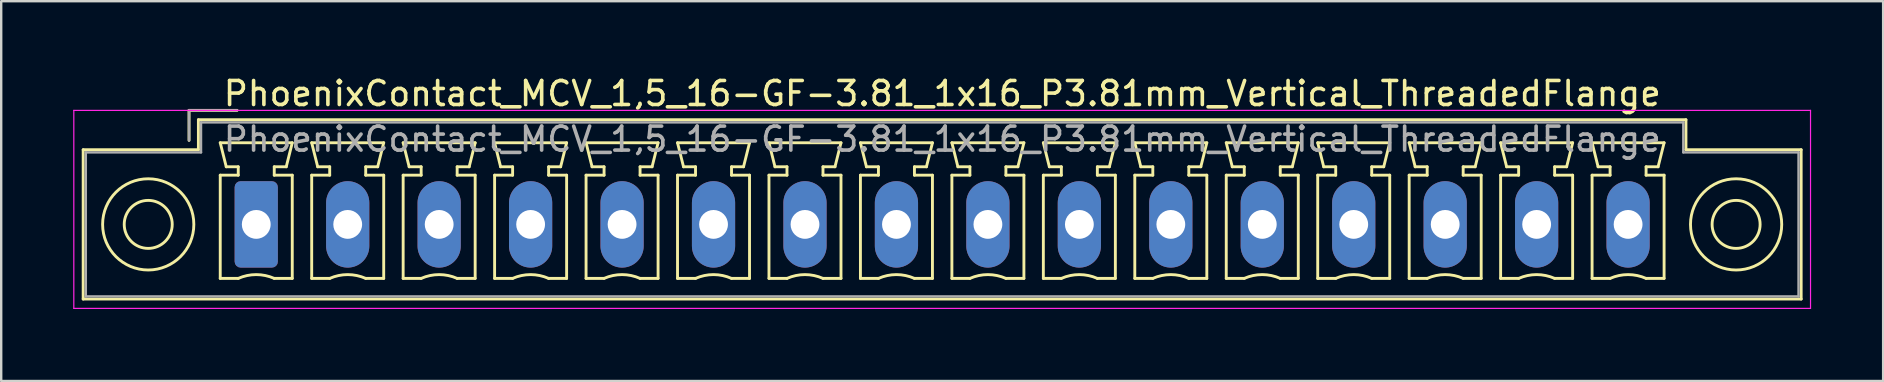
<source format=kicad_pcb>
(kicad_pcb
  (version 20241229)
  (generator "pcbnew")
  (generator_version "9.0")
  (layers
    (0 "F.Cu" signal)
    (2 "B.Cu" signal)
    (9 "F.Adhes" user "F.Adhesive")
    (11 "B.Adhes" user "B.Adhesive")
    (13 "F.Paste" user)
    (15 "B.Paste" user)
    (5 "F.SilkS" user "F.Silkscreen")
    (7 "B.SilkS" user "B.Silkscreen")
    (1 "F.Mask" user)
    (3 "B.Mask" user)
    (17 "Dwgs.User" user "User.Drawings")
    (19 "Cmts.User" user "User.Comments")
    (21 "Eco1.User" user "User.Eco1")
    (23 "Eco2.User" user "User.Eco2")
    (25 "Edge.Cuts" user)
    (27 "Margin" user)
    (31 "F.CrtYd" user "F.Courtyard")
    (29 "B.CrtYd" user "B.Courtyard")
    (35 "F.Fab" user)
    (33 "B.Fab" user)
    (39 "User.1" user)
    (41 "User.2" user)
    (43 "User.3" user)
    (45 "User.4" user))
  (footprint "PhoenixContact_MCV_1,5_16-GF-3.81_1x16_P3.81mm_Vertical_ThreadedFlange"
    (layer "F.Cu")
    (at 7.625 6.298)
    (property "Reference" "PhoenixContact_MCV_1,5_16-GF-3.81_1x16_P3.81mm_Vertical_ThreadedFlange" (at 28.58 -5.45 0) (layer "F.SilkS") (effects (font (size 1 1) (thickness 0.15))))
    (attr through_hole)
    (fp_line (start -7.21 -3.11) (end -7.21 3.11) (stroke (width 0.12) (type solid)) (layer "F.SilkS"))
    (fp_line (start -7.21 3.11) (end 64.36 3.11) (stroke (width 0.12) (type solid)) (layer "F.SilkS"))
    (fp_line (start -2.8 -4.75) (end -0.8 -4.75) (stroke (width 0.12) (type solid)) (layer "F.SilkS"))
    (fp_line (start -2.8 -3.5) (end -2.8 -4.75) (stroke (width 0.12) (type solid)) (layer "F.SilkS"))
    (fp_line (start -2.41 -4.36) (end -2.41 -3.11) (stroke (width 0.12) (type solid)) (layer "F.SilkS"))
    (fp_line (start -2.41 -3.11) (end -7.21 -3.11) (stroke (width 0.12) (type solid)) (layer "F.SilkS"))
    (fp_line (start -1.5 -3.4) (end 1.5 -3.4) (stroke (width 0.12) (type solid)) (layer "F.SilkS"))
    (fp_line (start -1.5 -2.05) (end -0.75 -2.05) (stroke (width 0.12) (type solid)) (layer "F.SilkS"))
    (fp_line (start -1.5 2.25) (end -1.5 -2.05) (stroke (width 0.12) (type solid)) (layer "F.SilkS"))
    (fp_line (start -1.25 -2.4) (end -1.5 -3.4) (stroke (width 0.12) (type solid)) (layer "F.SilkS"))
    (fp_line (start -0.75 -2.4) (end -1.25 -2.4) (stroke (width 0.12) (type solid)) (layer "F.SilkS"))
    (fp_line (start -0.75 -2.05) (end -0.75 -2.4) (stroke (width 0.12) (type solid)) (layer "F.SilkS"))
    (fp_line (start -0.75 2.25) (end -1.5 2.25) (stroke (width 0.12) (type solid)) (layer "F.SilkS"))
    (fp_line (start 0.75 -2.4) (end 0.75 -2.05) (stroke (width 0.12) (type solid)) (layer "F.SilkS"))
    (fp_line (start 0.75 -2.05) (end 1.5 -2.05) (stroke (width 0.12) (type solid)) (layer "F.SilkS"))
    (fp_line (start 1.25 -2.4) (end 0.75 -2.4) (stroke (width 0.12) (type solid)) (layer "F.SilkS"))
    (fp_line (start 1.5 -3.4) (end 1.25 -2.4) (stroke (width 0.12) (type solid)) (layer "F.SilkS"))
    (fp_line (start 1.5 -2.05) (end 1.5 2.25) (stroke (width 0.12) (type solid)) (layer "F.SilkS"))
    (fp_line (start 1.5 2.25) (end 0.75 2.25) (stroke (width 0.12) (type solid)) (layer "F.SilkS"))
    (fp_line (start 2.31 -3.4) (end 5.31 -3.4) (stroke (width 0.12) (type solid)) (layer "F.SilkS"))
    (fp_line (start 2.31 -2.05) (end 3.06 -2.05) (stroke (width 0.12) (type solid)) (layer "F.SilkS"))
    (fp_line (start 2.31 2.25) (end 2.31 -2.05) (stroke (width 0.12) (type solid)) (layer "F.SilkS"))
    (fp_line (start 2.56 -2.4) (end 2.31 -3.4) (stroke (width 0.12) (type solid)) (layer "F.SilkS"))
    (fp_line (start 3.06 -2.4) (end 2.56 -2.4) (stroke (width 0.12) (type solid)) (layer "F.SilkS"))
    (fp_line (start 3.06 -2.05) (end 3.06 -2.4) (stroke (width 0.12) (type solid)) (layer "F.SilkS"))
    (fp_line (start 3.06 2.25) (end 2.31 2.25) (stroke (width 0.12) (type solid)) (layer "F.SilkS"))
    (fp_line (start 4.56 -2.4) (end 4.56 -2.05) (stroke (width 0.12) (type solid)) (layer "F.SilkS"))
    (fp_line (start 4.56 -2.05) (end 5.31 -2.05) (stroke (width 0.12) (type solid)) (layer "F.SilkS"))
    (fp_line (start 5.06 -2.4) (end 4.56 -2.4) (stroke (width 0.12) (type solid)) (layer "F.SilkS"))
    (fp_line (start 5.31 -3.4) (end 5.06 -2.4) (stroke (width 0.12) (type solid)) (layer "F.SilkS"))
    (fp_line (start 5.31 -2.05) (end 5.31 2.25) (stroke (width 0.12) (type solid)) (layer "F.SilkS"))
    (fp_line (start 5.31 2.25) (end 4.56 2.25) (stroke (width 0.12) (type solid)) (layer "F.SilkS"))
    (fp_line (start 6.12 -3.4) (end 9.12 -3.4) (stroke (width 0.12) (type solid)) (layer "F.SilkS"))
    (fp_line (start 6.12 -2.05) (end 6.87 -2.05) (stroke (width 0.12) (type solid)) (layer "F.SilkS"))
    (fp_line (start 6.12 2.25) (end 6.12 -2.05) (stroke (width 0.12) (type solid)) (layer "F.SilkS"))
    (fp_line (start 6.37 -2.4) (end 6.12 -3.4) (stroke (width 0.12) (type solid)) (layer "F.SilkS"))
    (fp_line (start 6.87 -2.4) (end 6.37 -2.4) (stroke (width 0.12) (type solid)) (layer "F.SilkS"))
    (fp_line (start 6.87 -2.05) (end 6.87 -2.4) (stroke (width 0.12) (type solid)) (layer "F.SilkS"))
    (fp_line (start 6.87 2.25) (end 6.12 2.25) (stroke (width 0.12) (type solid)) (layer "F.SilkS"))
    (fp_line (start 8.37 -2.4) (end 8.37 -2.05) (stroke (width 0.12) (type solid)) (layer "F.SilkS"))
    (fp_line (start 8.37 -2.05) (end 9.12 -2.05) (stroke (width 0.12) (type solid)) (layer "F.SilkS"))
    (fp_line (start 8.87 -2.4) (end 8.37 -2.4) (stroke (width 0.12) (type solid)) (layer "F.SilkS"))
    (fp_line (start 9.12 -3.4) (end 8.87 -2.4) (stroke (width 0.12) (type solid)) (layer "F.SilkS"))
    (fp_line (start 9.12 -2.05) (end 9.12 2.25) (stroke (width 0.12) (type solid)) (layer "F.SilkS"))
    (fp_line (start 9.12 2.25) (end 8.37 2.25) (stroke (width 0.12) (type solid)) (layer "F.SilkS"))
    (fp_line (start 9.93 -3.4) (end 12.93 -3.4) (stroke (width 0.12) (type solid)) (layer "F.SilkS"))
    (fp_line (start 9.93 -2.05) (end 10.68 -2.05) (stroke (width 0.12) (type solid)) (layer "F.SilkS"))
    (fp_line (start 9.93 2.25) (end 9.93 -2.05) (stroke (width 0.12) (type solid)) (layer "F.SilkS"))
    (fp_line (start 10.18 -2.4) (end 9.93 -3.4) (stroke (width 0.12) (type solid)) (layer "F.SilkS"))
    (fp_line (start 10.68 -2.4) (end 10.18 -2.4) (stroke (width 0.12) (type solid)) (layer "F.SilkS"))
    (fp_line (start 10.68 -2.05) (end 10.68 -2.4) (stroke (width 0.12) (type solid)) (layer "F.SilkS"))
    (fp_line (start 10.68 2.25) (end 9.93 2.25) (stroke (width 0.12) (type solid)) (layer "F.SilkS"))
    (fp_line (start 12.18 -2.4) (end 12.18 -2.05) (stroke (width 0.12) (type solid)) (layer "F.SilkS"))
    (fp_line (start 12.18 -2.05) (end 12.93 -2.05) (stroke (width 0.12) (type solid)) (layer "F.SilkS"))
    (fp_line (start 12.68 -2.4) (end 12.18 -2.4) (stroke (width 0.12) (type solid)) (layer "F.SilkS"))
    (fp_line (start 12.93 -3.4) (end 12.68 -2.4) (stroke (width 0.12) (type solid)) (layer "F.SilkS"))
    (fp_line (start 12.93 -2.05) (end 12.93 2.25) (stroke (width 0.12) (type solid)) (layer "F.SilkS"))
    (fp_line (start 12.93 2.25) (end 12.18 2.25) (stroke (width 0.12) (type solid)) (layer "F.SilkS"))
    (fp_line (start 13.74 -3.4) (end 16.74 -3.4) (stroke (width 0.12) (type solid)) (layer "F.SilkS"))
    (fp_line (start 13.74 -2.05) (end 14.49 -2.05) (stroke (width 0.12) (type solid)) (layer "F.SilkS"))
    (fp_line (start 13.74 2.25) (end 13.74 -2.05) (stroke (width 0.12) (type solid)) (layer "F.SilkS"))
    (fp_line (start 13.99 -2.4) (end 13.74 -3.4) (stroke (width 0.12) (type solid)) (layer "F.SilkS"))
    (fp_line (start 14.49 -2.4) (end 13.99 -2.4) (stroke (width 0.12) (type solid)) (layer "F.SilkS"))
    (fp_line (start 14.49 -2.05) (end 14.49 -2.4) (stroke (width 0.12) (type solid)) (layer "F.SilkS"))
    (fp_line (start 14.49 2.25) (end 13.74 2.25) (stroke (width 0.12) (type solid)) (layer "F.SilkS"))
    (fp_line (start 15.99 -2.4) (end 15.99 -2.05) (stroke (width 0.12) (type solid)) (layer "F.SilkS"))
    (fp_line (start 15.99 -2.05) (end 16.74 -2.05) (stroke (width 0.12) (type solid)) (layer "F.SilkS"))
    (fp_line (start 16.49 -2.4) (end 15.99 -2.4) (stroke (width 0.12) (type solid)) (layer "F.SilkS"))
    (fp_line (start 16.74 -3.4) (end 16.49 -2.4) (stroke (width 0.12) (type solid)) (layer "F.SilkS"))
    (fp_line (start 16.74 -2.05) (end 16.74 2.25) (stroke (width 0.12) (type solid)) (layer "F.SilkS"))
    (fp_line (start 16.74 2.25) (end 15.99 2.25) (stroke (width 0.12) (type solid)) (layer "F.SilkS"))
    (fp_line (start 17.55 -3.4) (end 20.55 -3.4) (stroke (width 0.12) (type solid)) (layer "F.SilkS"))
    (fp_line (start 17.55 -2.05) (end 18.3 -2.05) (stroke (width 0.12) (type solid)) (layer "F.SilkS"))
    (fp_line (start 17.55 2.25) (end 17.55 -2.05) (stroke (width 0.12) (type solid)) (layer "F.SilkS"))
    (fp_line (start 17.8 -2.4) (end 17.55 -3.4) (stroke (width 0.12) (type solid)) (layer "F.SilkS"))
    (fp_line (start 18.3 -2.4) (end 17.8 -2.4) (stroke (width 0.12) (type solid)) (layer "F.SilkS"))
    (fp_line (start 18.3 -2.05) (end 18.3 -2.4) (stroke (width 0.12) (type solid)) (layer "F.SilkS"))
    (fp_line (start 18.3 2.25) (end 17.55 2.25) (stroke (width 0.12) (type solid)) (layer "F.SilkS"))
    (fp_line (start 19.8 -2.4) (end 19.8 -2.05) (stroke (width 0.12) (type solid)) (layer "F.SilkS"))
    (fp_line (start 19.8 -2.05) (end 20.55 -2.05) (stroke (width 0.12) (type solid)) (layer "F.SilkS"))
    (fp_line (start 20.3 -2.4) (end 19.8 -2.4) (stroke (width 0.12) (type solid)) (layer "F.SilkS"))
    (fp_line (start 20.55 -3.4) (end 20.3 -2.4) (stroke (width 0.12) (type solid)) (layer "F.SilkS"))
    (fp_line (start 20.55 -2.05) (end 20.55 2.25) (stroke (width 0.12) (type solid)) (layer "F.SilkS"))
    (fp_line (start 20.55 2.25) (end 19.8 2.25) (stroke (width 0.12) (type solid)) (layer "F.SilkS"))
    (fp_line (start 21.36 -3.4) (end 24.36 -3.4) (stroke (width 0.12) (type solid)) (layer "F.SilkS"))
    (fp_line (start 21.36 -2.05) (end 22.11 -2.05) (stroke (width 0.12) (type solid)) (layer "F.SilkS"))
    (fp_line (start 21.36 2.25) (end 21.36 -2.05) (stroke (width 0.12) (type solid)) (layer "F.SilkS"))
    (fp_line (start 21.61 -2.4) (end 21.36 -3.4) (stroke (width 0.12) (type solid)) (layer "F.SilkS"))
    (fp_line (start 22.11 -2.4) (end 21.61 -2.4) (stroke (width 0.12) (type solid)) (layer "F.SilkS"))
    (fp_line (start 22.11 -2.05) (end 22.11 -2.4) (stroke (width 0.12) (type solid)) (layer "F.SilkS"))
    (fp_line (start 22.11 2.25) (end 21.36 2.25) (stroke (width 0.12) (type solid)) (layer "F.SilkS"))
    (fp_line (start 23.61 -2.4) (end 23.61 -2.05) (stroke (width 0.12) (type solid)) (layer "F.SilkS"))
    (fp_line (start 23.61 -2.05) (end 24.36 -2.05) (stroke (width 0.12) (type solid)) (layer "F.SilkS"))
    (fp_line (start 24.11 -2.4) (end 23.61 -2.4) (stroke (width 0.12) (type solid)) (layer "F.SilkS"))
    (fp_line (start 24.36 -3.4) (end 24.11 -2.4) (stroke (width 0.12) (type solid)) (layer "F.SilkS"))
    (fp_line (start 24.36 -2.05) (end 24.36 2.25) (stroke (width 0.12) (type solid)) (layer "F.SilkS"))
    (fp_line (start 24.36 2.25) (end 23.61 2.25) (stroke (width 0.12) (type solid)) (layer "F.SilkS"))
    (fp_line (start 25.17 -3.4) (end 28.17 -3.4) (stroke (width 0.12) (type solid)) (layer "F.SilkS"))
    (fp_line (start 25.17 -2.05) (end 25.92 -2.05) (stroke (width 0.12) (type solid)) (layer "F.SilkS"))
    (fp_line (start 25.17 2.25) (end 25.17 -2.05) (stroke (width 0.12) (type solid)) (layer "F.SilkS"))
    (fp_line (start 25.42 -2.4) (end 25.17 -3.4) (stroke (width 0.12) (type solid)) (layer "F.SilkS"))
    (fp_line (start 25.92 -2.4) (end 25.42 -2.4) (stroke (width 0.12) (type solid)) (layer "F.SilkS"))
    (fp_line (start 25.92 -2.05) (end 25.92 -2.4) (stroke (width 0.12) (type solid)) (layer "F.SilkS"))
    (fp_line (start 25.92 2.25) (end 25.17 2.25) (stroke (width 0.12) (type solid)) (layer "F.SilkS"))
    (fp_line (start 27.42 -2.4) (end 27.42 -2.05) (stroke (width 0.12) (type solid)) (layer "F.SilkS"))
    (fp_line (start 27.42 -2.05) (end 28.17 -2.05) (stroke (width 0.12) (type solid)) (layer "F.SilkS"))
    (fp_line (start 27.92 -2.4) (end 27.42 -2.4) (stroke (width 0.12) (type solid)) (layer "F.SilkS"))
    (fp_line (start 28.17 -3.4) (end 27.92 -2.4) (stroke (width 0.12) (type solid)) (layer "F.SilkS"))
    (fp_line (start 28.17 -2.05) (end 28.17 2.25) (stroke (width 0.12) (type solid)) (layer "F.SilkS"))
    (fp_line (start 28.17 2.25) (end 27.42 2.25) (stroke (width 0.12) (type solid)) (layer "F.SilkS"))
    (fp_line (start 28.98 -3.4) (end 31.98 -3.4) (stroke (width 0.12) (type solid)) (layer "F.SilkS"))
    (fp_line (start 28.98 -2.05) (end 29.73 -2.05) (stroke (width 0.12) (type solid)) (layer "F.SilkS"))
    (fp_line (start 28.98 2.25) (end 28.98 -2.05) (stroke (width 0.12) (type solid)) (layer "F.SilkS"))
    (fp_line (start 29.23 -2.4) (end 28.98 -3.4) (stroke (width 0.12) (type solid)) (layer "F.SilkS"))
    (fp_line (start 29.73 -2.4) (end 29.23 -2.4) (stroke (width 0.12) (type solid)) (layer "F.SilkS"))
    (fp_line (start 29.73 -2.05) (end 29.73 -2.4) (stroke (width 0.12) (type solid)) (layer "F.SilkS"))
    (fp_line (start 29.73 2.25) (end 28.98 2.25) (stroke (width 0.12) (type solid)) (layer "F.SilkS"))
    (fp_line (start 31.23 -2.4) (end 31.23 -2.05) (stroke (width 0.12) (type solid)) (layer "F.SilkS"))
    (fp_line (start 31.23 -2.05) (end 31.98 -2.05) (stroke (width 0.12) (type solid)) (layer "F.SilkS"))
    (fp_line (start 31.73 -2.4) (end 31.23 -2.4) (stroke (width 0.12) (type solid)) (layer "F.SilkS"))
    (fp_line (start 31.98 -3.4) (end 31.73 -2.4) (stroke (width 0.12) (type solid)) (layer "F.SilkS"))
    (fp_line (start 31.98 -2.05) (end 31.98 2.25) (stroke (width 0.12) (type solid)) (layer "F.SilkS"))
    (fp_line (start 31.98 2.25) (end 31.23 2.25) (stroke (width 0.12) (type solid)) (layer "F.SilkS"))
    (fp_line (start 32.79 -3.4) (end 35.79 -3.4) (stroke (width 0.12) (type solid)) (layer "F.SilkS"))
    (fp_line (start 32.79 -2.05) (end 33.54 -2.05) (stroke (width 0.12) (type solid)) (layer "F.SilkS"))
    (fp_line (start 32.79 2.25) (end 32.79 -2.05) (stroke (width 0.12) (type solid)) (layer "F.SilkS"))
    (fp_line (start 33.04 -2.4) (end 32.79 -3.4) (stroke (width 0.12) (type solid)) (layer "F.SilkS"))
    (fp_line (start 33.54 -2.4) (end 33.04 -2.4) (stroke (width 0.12) (type solid)) (layer "F.SilkS"))
    (fp_line (start 33.54 -2.05) (end 33.54 -2.4) (stroke (width 0.12) (type solid)) (layer "F.SilkS"))
    (fp_line (start 33.54 2.25) (end 32.79 2.25) (stroke (width 0.12) (type solid)) (layer "F.SilkS"))
    (fp_line (start 35.04 -2.4) (end 35.04 -2.05) (stroke (width 0.12) (type solid)) (layer "F.SilkS"))
    (fp_line (start 35.04 -2.05) (end 35.79 -2.05) (stroke (width 0.12) (type solid)) (layer "F.SilkS"))
    (fp_line (start 35.54 -2.4) (end 35.04 -2.4) (stroke (width 0.12) (type solid)) (layer "F.SilkS"))
    (fp_line (start 35.79 -3.4) (end 35.54 -2.4) (stroke (width 0.12) (type solid)) (layer "F.SilkS"))
    (fp_line (start 35.79 -2.05) (end 35.79 2.25) (stroke (width 0.12) (type solid)) (layer "F.SilkS"))
    (fp_line (start 35.79 2.25) (end 35.04 2.25) (stroke (width 0.12) (type solid)) (layer "F.SilkS"))
    (fp_line (start 36.6 -3.4) (end 39.6 -3.4) (stroke (width 0.12) (type solid)) (layer "F.SilkS"))
    (fp_line (start 36.6 -2.05) (end 37.35 -2.05) (stroke (width 0.12) (type solid)) (layer "F.SilkS"))
    (fp_line (start 36.6 2.25) (end 36.6 -2.05) (stroke (width 0.12) (type solid)) (layer "F.SilkS"))
    (fp_line (start 36.85 -2.4) (end 36.6 -3.4) (stroke (width 0.12) (type solid)) (layer "F.SilkS"))
    (fp_line (start 37.35 -2.4) (end 36.85 -2.4) (stroke (width 0.12) (type solid)) (layer "F.SilkS"))
    (fp_line (start 37.35 -2.05) (end 37.35 -2.4) (stroke (width 0.12) (type solid)) (layer "F.SilkS"))
    (fp_line (start 37.35 2.25) (end 36.6 2.25) (stroke (width 0.12) (type solid)) (layer "F.SilkS"))
    (fp_line (start 38.85 -2.4) (end 38.85 -2.05) (stroke (width 0.12) (type solid)) (layer "F.SilkS"))
    (fp_line (start 38.85 -2.05) (end 39.6 -2.05) (stroke (width 0.12) (type solid)) (layer "F.SilkS"))
    (fp_line (start 39.35 -2.4) (end 38.85 -2.4) (stroke (width 0.12) (type solid)) (layer "F.SilkS"))
    (fp_line (start 39.6 -3.4) (end 39.35 -2.4) (stroke (width 0.12) (type solid)) (layer "F.SilkS"))
    (fp_line (start 39.6 -2.05) (end 39.6 2.25) (stroke (width 0.12) (type solid)) (layer "F.SilkS"))
    (fp_line (start 39.6 2.25) (end 38.85 2.25) (stroke (width 0.12) (type solid)) (layer "F.SilkS"))
    (fp_line (start 40.41 -3.4) (end 43.41 -3.4) (stroke (width 0.12) (type solid)) (layer "F.SilkS"))
    (fp_line (start 40.41 -2.05) (end 41.16 -2.05) (stroke (width 0.12) (type solid)) (layer "F.SilkS"))
    (fp_line (start 40.41 2.25) (end 40.41 -2.05) (stroke (width 0.12) (type solid)) (layer "F.SilkS"))
    (fp_line (start 40.66 -2.4) (end 40.41 -3.4) (stroke (width 0.12) (type solid)) (layer "F.SilkS"))
    (fp_line (start 41.16 -2.4) (end 40.66 -2.4) (stroke (width 0.12) (type solid)) (layer "F.SilkS"))
    (fp_line (start 41.16 -2.05) (end 41.16 -2.4) (stroke (width 0.12) (type solid)) (layer "F.SilkS"))
    (fp_line (start 41.16 2.25) (end 40.41 2.25) (stroke (width 0.12) (type solid)) (layer "F.SilkS"))
    (fp_line (start 42.66 -2.4) (end 42.66 -2.05) (stroke (width 0.12) (type solid)) (layer "F.SilkS"))
    (fp_line (start 42.66 -2.05) (end 43.41 -2.05) (stroke (width 0.12) (type solid)) (layer "F.SilkS"))
    (fp_line (start 43.16 -2.4) (end 42.66 -2.4) (stroke (width 0.12) (type solid)) (layer "F.SilkS"))
    (fp_line (start 43.41 -3.4) (end 43.16 -2.4) (stroke (width 0.12) (type solid)) (layer "F.SilkS"))
    (fp_line (start 43.41 -2.05) (end 43.41 2.25) (stroke (width 0.12) (type solid)) (layer "F.SilkS"))
    (fp_line (start 43.41 2.25) (end 42.66 2.25) (stroke (width 0.12) (type solid)) (layer "F.SilkS"))
    (fp_line (start 44.22 -3.4) (end 47.22 -3.4) (stroke (width 0.12) (type solid)) (layer "F.SilkS"))
    (fp_line (start 44.22 -2.05) (end 44.97 -2.05) (stroke (width 0.12) (type solid)) (layer "F.SilkS"))
    (fp_line (start 44.22 2.25) (end 44.22 -2.05) (stroke (width 0.12) (type solid)) (layer "F.SilkS"))
    (fp_line (start 44.47 -2.4) (end 44.22 -3.4) (stroke (width 0.12) (type solid)) (layer "F.SilkS"))
    (fp_line (start 44.97 -2.4) (end 44.47 -2.4) (stroke (width 0.12) (type solid)) (layer "F.SilkS"))
    (fp_line (start 44.97 -2.05) (end 44.97 -2.4) (stroke (width 0.12) (type solid)) (layer "F.SilkS"))
    (fp_line (start 44.97 2.25) (end 44.22 2.25) (stroke (width 0.12) (type solid)) (layer "F.SilkS"))
    (fp_line (start 46.47 -2.4) (end 46.47 -2.05) (stroke (width 0.12) (type solid)) (layer "F.SilkS"))
    (fp_line (start 46.47 -2.05) (end 47.22 -2.05) (stroke (width 0.12) (type solid)) (layer "F.SilkS"))
    (fp_line (start 46.97 -2.4) (end 46.47 -2.4) (stroke (width 0.12) (type solid)) (layer "F.SilkS"))
    (fp_line (start 47.22 -3.4) (end 46.97 -2.4) (stroke (width 0.12) (type solid)) (layer "F.SilkS"))
    (fp_line (start 47.22 -2.05) (end 47.22 2.25) (stroke (width 0.12) (type solid)) (layer "F.SilkS"))
    (fp_line (start 47.22 2.25) (end 46.47 2.25) (stroke (width 0.12) (type solid)) (layer "F.SilkS"))
    (fp_line (start 48.03 -3.4) (end 51.03 -3.4) (stroke (width 0.12) (type solid)) (layer "F.SilkS"))
    (fp_line (start 48.03 -2.05) (end 48.78 -2.05) (stroke (width 0.12) (type solid)) (layer "F.SilkS"))
    (fp_line (start 48.03 2.25) (end 48.03 -2.05) (stroke (width 0.12) (type solid)) (layer "F.SilkS"))
    (fp_line (start 48.28 -2.4) (end 48.03 -3.4) (stroke (width 0.12) (type solid)) (layer "F.SilkS"))
    (fp_line (start 48.78 -2.4) (end 48.28 -2.4) (stroke (width 0.12) (type solid)) (layer "F.SilkS"))
    (fp_line (start 48.78 -2.05) (end 48.78 -2.4) (stroke (width 0.12) (type solid)) (layer "F.SilkS"))
    (fp_line (start 48.78 2.25) (end 48.03 2.25) (stroke (width 0.12) (type solid)) (layer "F.SilkS"))
    (fp_line (start 50.28 -2.4) (end 50.28 -2.05) (stroke (width 0.12) (type solid)) (layer "F.SilkS"))
    (fp_line (start 50.28 -2.05) (end 51.03 -2.05) (stroke (width 0.12) (type solid)) (layer "F.SilkS"))
    (fp_line (start 50.78 -2.4) (end 50.28 -2.4) (stroke (width 0.12) (type solid)) (layer "F.SilkS"))
    (fp_line (start 51.03 -3.4) (end 50.78 -2.4) (stroke (width 0.12) (type solid)) (layer "F.SilkS"))
    (fp_line (start 51.03 -2.05) (end 51.03 2.25) (stroke (width 0.12) (type solid)) (layer "F.SilkS"))
    (fp_line (start 51.03 2.25) (end 50.28 2.25) (stroke (width 0.12) (type solid)) (layer "F.SilkS"))
    (fp_line (start 51.84 -3.4) (end 54.84 -3.4) (stroke (width 0.12) (type solid)) (layer "F.SilkS"))
    (fp_line (start 51.84 -2.05) (end 52.59 -2.05) (stroke (width 0.12) (type solid)) (layer "F.SilkS"))
    (fp_line (start 51.84 2.25) (end 51.84 -2.05) (stroke (width 0.12) (type solid)) (layer "F.SilkS"))
    (fp_line (start 52.09 -2.4) (end 51.84 -3.4) (stroke (width 0.12) (type solid)) (layer "F.SilkS"))
    (fp_line (start 52.59 -2.4) (end 52.09 -2.4) (stroke (width 0.12) (type solid)) (layer "F.SilkS"))
    (fp_line (start 52.59 -2.05) (end 52.59 -2.4) (stroke (width 0.12) (type solid)) (layer "F.SilkS"))
    (fp_line (start 52.59 2.25) (end 51.84 2.25) (stroke (width 0.12) (type solid)) (layer "F.SilkS"))
    (fp_line (start 54.09 -2.4) (end 54.09 -2.05) (stroke (width 0.12) (type solid)) (layer "F.SilkS"))
    (fp_line (start 54.09 -2.05) (end 54.84 -2.05) (stroke (width 0.12) (type solid)) (layer "F.SilkS"))
    (fp_line (start 54.59 -2.4) (end 54.09 -2.4) (stroke (width 0.12) (type solid)) (layer "F.SilkS"))
    (fp_line (start 54.84 -3.4) (end 54.59 -2.4) (stroke (width 0.12) (type solid)) (layer "F.SilkS"))
    (fp_line (start 54.84 -2.05) (end 54.84 2.25) (stroke (width 0.12) (type solid)) (layer "F.SilkS"))
    (fp_line (start 54.84 2.25) (end 54.09 2.25) (stroke (width 0.12) (type solid)) (layer "F.SilkS"))
    (fp_line (start 55.65 -3.4) (end 58.65 -3.4) (stroke (width 0.12) (type solid)) (layer "F.SilkS"))
    (fp_line (start 55.65 -2.05) (end 56.4 -2.05) (stroke (width 0.12) (type solid)) (layer "F.SilkS"))
    (fp_line (start 55.65 2.25) (end 55.65 -2.05) (stroke (width 0.12) (type solid)) (layer "F.SilkS"))
    (fp_line (start 55.9 -2.4) (end 55.65 -3.4) (stroke (width 0.12) (type solid)) (layer "F.SilkS"))
    (fp_line (start 56.4 -2.4) (end 55.9 -2.4) (stroke (width 0.12) (type solid)) (layer "F.SilkS"))
    (fp_line (start 56.4 -2.05) (end 56.4 -2.4) (stroke (width 0.12) (type solid)) (layer "F.SilkS"))
    (fp_line (start 56.4 2.25) (end 55.65 2.25) (stroke (width 0.12) (type solid)) (layer "F.SilkS"))
    (fp_line (start 57.9 -2.4) (end 57.9 -2.05) (stroke (width 0.12) (type solid)) (layer "F.SilkS"))
    (fp_line (start 57.9 -2.05) (end 58.65 -2.05) (stroke (width 0.12) (type solid)) (layer "F.SilkS"))
    (fp_line (start 58.4 -2.4) (end 57.9 -2.4) (stroke (width 0.12) (type solid)) (layer "F.SilkS"))
    (fp_line (start 58.65 -3.4) (end 58.4 -2.4) (stroke (width 0.12) (type solid)) (layer "F.SilkS"))
    (fp_line (start 58.65 -2.05) (end 58.65 2.25) (stroke (width 0.12) (type solid)) (layer "F.SilkS"))
    (fp_line (start 58.65 2.25) (end 57.9 2.25) (stroke (width 0.12) (type solid)) (layer "F.SilkS"))
    (fp_line (start 59.56 -4.36) (end -2.41 -4.36) (stroke (width 0.12) (type solid)) (layer "F.SilkS"))
    (fp_line (start 59.56 -3.11) (end 59.56 -4.36) (stroke (width 0.12) (type solid)) (layer "F.SilkS"))
    (fp_line (start 64.36 -3.11) (end 59.56 -3.11) (stroke (width 0.12) (type solid)) (layer "F.SilkS"))
    (fp_line (start 64.36 3.11) (end 64.36 -3.11) (stroke (width 0.12) (type solid)) (layer "F.SilkS"))
    (fp_arc (start -0.75 2.25) (mid -0.000193 2.09191) (end 0.749647 2.249844) (stroke (width 0.12) (type solid)) (layer "F.SilkS"))
    (fp_arc (start 3.06 2.25) (mid 3.809807 2.09191) (end 4.559647 2.249844) (stroke (width 0.12) (type solid)) (layer "F.SilkS"))
    (fp_arc (start 6.87 2.25) (mid 7.619807 2.09191) (end 8.369647 2.249844) (stroke (width 0.12) (type solid)) (layer "F.SilkS"))
    (fp_arc (start 10.68 2.25) (mid 11.429807 2.09191) (end 12.179647 2.249844) (stroke (width 0.12) (type solid)) (layer "F.SilkS"))
    (fp_arc (start 14.49 2.25) (mid 15.239807 2.09191) (end 15.989647 2.249844) (stroke (width 0.12) (type solid)) (layer "F.SilkS"))
    (fp_arc (start 18.3 2.25) (mid 19.049807 2.09191) (end 19.799647 2.249844) (stroke (width 0.12) (type solid)) (layer "F.SilkS"))
    (fp_arc (start 22.11 2.25) (mid 22.859807 2.09191) (end 23.609647 2.249844) (stroke (width 0.12) (type solid)) (layer "F.SilkS"))
    (fp_arc (start 25.92 2.25) (mid 26.669807 2.09191) (end 27.419647 2.249844) (stroke (width 0.12) (type solid)) (layer "F.SilkS"))
    (fp_arc (start 29.73 2.25) (mid 30.479807 2.09191) (end 31.229647 2.249844) (stroke (width 0.12) (type solid)) (layer "F.SilkS"))
    (fp_arc (start 33.54 2.25) (mid 34.289807 2.09191) (end 35.039647 2.249844) (stroke (width 0.12) (type solid)) (layer "F.SilkS"))
    (fp_arc (start 37.35 2.25) (mid 38.099807 2.09191) (end 38.849647 2.249844) (stroke (width 0.12) (type solid)) (layer "F.SilkS"))
    (fp_arc (start 41.16 2.25) (mid 41.909807 2.09191) (end 42.659647 2.249844) (stroke (width 0.12) (type solid)) (layer "F.SilkS"))
    (fp_arc (start 44.97 2.25) (mid 45.719807 2.09191) (end 46.469647 2.249844) (stroke (width 0.12) (type solid)) (layer "F.SilkS"))
    (fp_arc (start 48.78 2.25) (mid 49.529807 2.09191) (end 50.279647 2.249844) (stroke (width 0.12) (type solid)) (layer "F.SilkS"))
    (fp_arc (start 52.59 2.25) (mid 53.339807 2.09191) (end 54.089647 2.249844) (stroke (width 0.12) (type solid)) (layer "F.SilkS"))
    (fp_arc (start 56.4 2.25) (mid 57.149807 2.09191) (end 57.899647 2.249844) (stroke (width 0.12) (type solid)) (layer "F.SilkS"))
    (fp_circle (center -4.5 0) (end -3.5 0) (stroke (width 0.12) (type solid)) (fill no) (layer "F.SilkS"))
    (fp_circle (center -4.5 0) (end -2.6 0) (stroke (width 0.12) (type solid)) (fill no) (layer "F.SilkS"))
    (fp_circle (center 61.65 0) (end 62.65 0) (stroke (width 0.12) (type solid)) (fill no) (layer "F.SilkS"))
    (fp_circle (center 61.65 0) (end 63.55 0) (stroke (width 0.12) (type solid)) (fill no) (layer "F.SilkS"))
    (fp_line (start -7.6 -4.75) (end -7.6 3.5) (stroke (width 0.05) (type solid)) (layer "F.CrtYd"))
    (fp_line (start -7.6 3.5) (end 64.75 3.5) (stroke (width 0.05) (type solid)) (layer "F.CrtYd"))
    (fp_line (start 64.75 -4.75) (end -7.6 -4.75) (stroke (width 0.05) (type solid)) (layer "F.CrtYd"))
    (fp_line (start 64.75 3.5) (end 64.75 -4.75) (stroke (width 0.05) (type solid)) (layer "F.CrtYd"))
    (fp_line (start -7.1 -3) (end -7.1 3) (stroke (width 0.1) (type solid)) (layer "F.Fab"))
    (fp_line (start -7.1 3) (end 64.25 3) (stroke (width 0.1) (type solid)) (layer "F.Fab"))
    (fp_line (start -2.8 -4.75) (end -0.8 -4.75) (stroke (width 0.1) (type solid)) (layer "F.Fab"))
    (fp_line (start -2.8 -3.5) (end -2.8 -4.75) (stroke (width 0.1) (type solid)) (layer "F.Fab"))
    (fp_line (start -2.3 -4.25) (end -2.3 -3) (stroke (width 0.1) (type solid)) (layer "F.Fab"))
    (fp_line (start -2.3 -3) (end -7.1 -3) (stroke (width 0.1) (type solid)) (layer "F.Fab"))
    (fp_line (start 59.45 -4.25) (end -2.3 -4.25) (stroke (width 0.1) (type solid)) (layer "F.Fab"))
    (fp_line (start 59.45 -3) (end 59.45 -4.25) (stroke (width 0.1) (type solid)) (layer "F.Fab"))
    (fp_line (start 64.25 -3) (end 59.45 -3) (stroke (width 0.1) (type solid)) (layer "F.Fab"))
    (fp_line (start 64.25 3) (end 64.25 -3) (stroke (width 0.1) (type solid)) (layer "F.Fab"))
    (fp_text user "${REFERENCE}" (at 28.58 -3.55 0) (layer "F.Fab") (effects (font (size 1 1) (thickness 0.15))))
    (pad "1" thru_hole roundrect (at 0 0) (size 1.8 3.6) (drill 1.2) (layers "*.Cu" "*.Mask") (roundrect_rratio 0.139))
    (pad "2" thru_hole oval (at 3.81 0) (size 1.8 3.6) (drill 1.2) (layers "*.Cu" "*.Mask"))
    (pad "3" thru_hole oval (at 7.62 0) (size 1.8 3.6) (drill 1.2) (layers "*.Cu" "*.Mask"))
    (pad "4" thru_hole oval (at 11.43 0) (size 1.8 3.6) (drill 1.2) (layers "*.Cu" "*.Mask"))
    (pad "5" thru_hole oval (at 15.24 0) (size 1.8 3.6) (drill 1.2) (layers "*.Cu" "*.Mask"))
    (pad "6" thru_hole oval (at 19.05 0) (size 1.8 3.6) (drill 1.2) (layers "*.Cu" "*.Mask"))
    (pad "7" thru_hole oval (at 22.86 0) (size 1.8 3.6) (drill 1.2) (layers "*.Cu" "*.Mask"))
    (pad "8" thru_hole oval (at 26.67 0) (size 1.8 3.6) (drill 1.2) (layers "*.Cu" "*.Mask"))
    (pad "9" thru_hole oval (at 30.48 0) (size 1.8 3.6) (drill 1.2) (layers "*.Cu" "*.Mask"))
    (pad "10" thru_hole oval (at 34.29 0) (size 1.8 3.6) (drill 1.2) (layers "*.Cu" "*.Mask"))
    (pad "11" thru_hole oval (at 38.1 0) (size 1.8 3.6) (drill 1.2) (layers "*.Cu" "*.Mask"))
    (pad "12" thru_hole oval (at 41.91 0) (size 1.8 3.6) (drill 1.2) (layers "*.Cu" "*.Mask"))
    (pad "13" thru_hole oval (at 45.72 0) (size 1.8 3.6) (drill 1.2) (layers "*.Cu" "*.Mask"))
    (pad "14" thru_hole oval (at 49.53 0) (size 1.8 3.6) (drill 1.2) (layers "*.Cu" "*.Mask"))
    (pad "15" thru_hole oval (at 53.34 0) (size 1.8 3.6) (drill 1.2) (layers "*.Cu" "*.Mask"))
    (pad "16" thru_hole oval (at 57.15 0) (size 1.8 3.6) (drill 1.2) (layers "*.Cu" "*.Mask")))
  (gr_rect
    (start -3 -3)
    (end 75.4 12.823)
    (stroke (width 0.1) (type default))
    (fill no)
    (layer "Edge.Cuts")))
</source>
